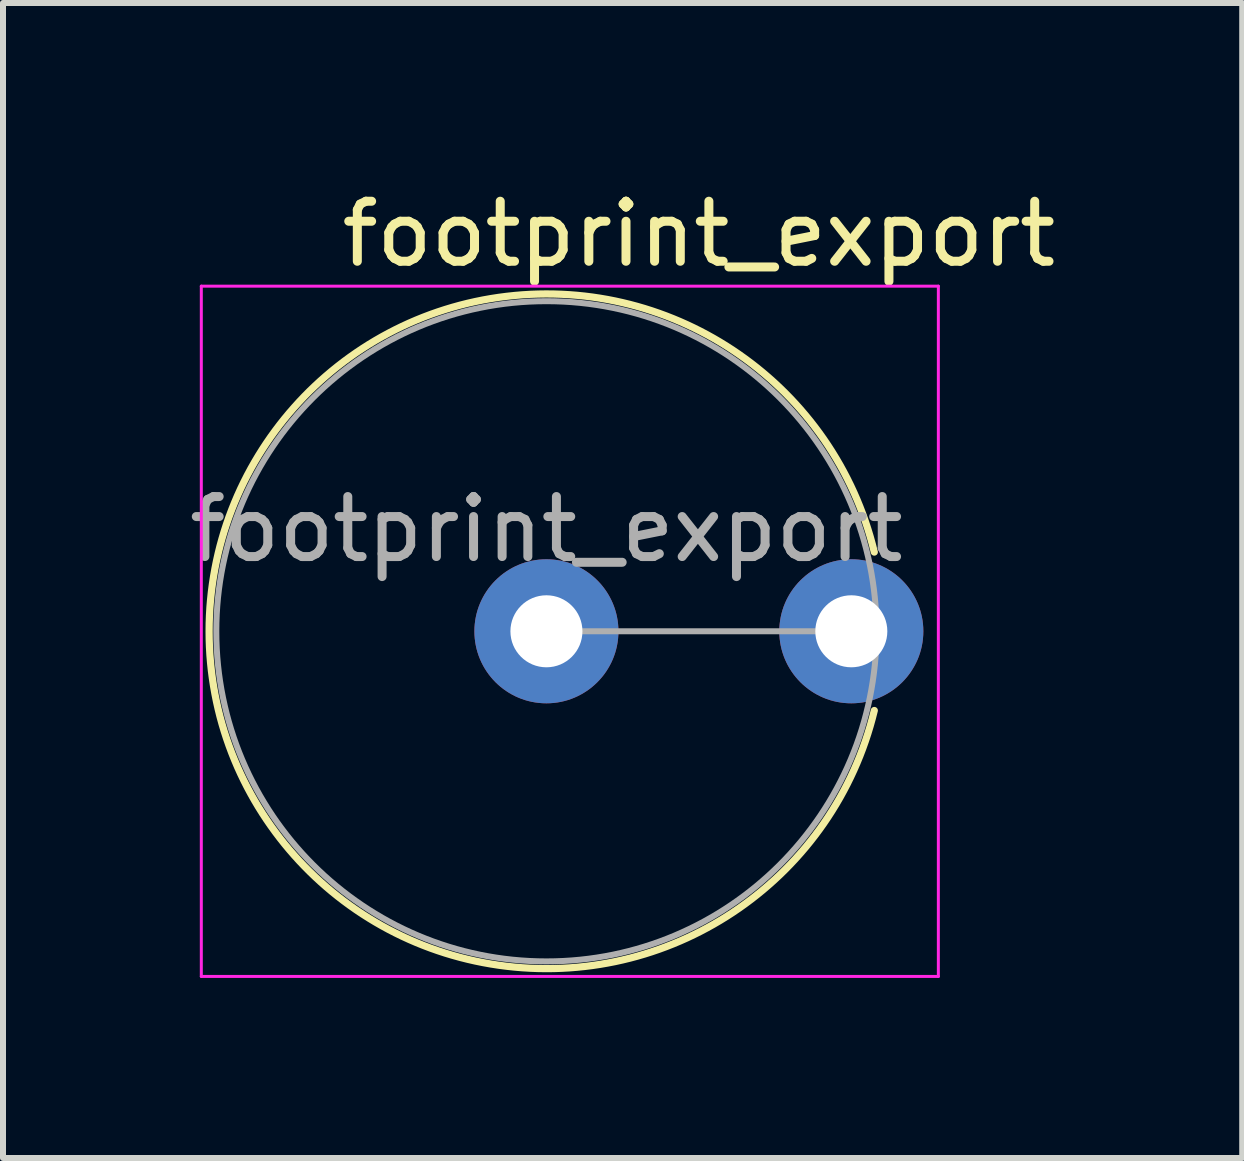
<source format=kicad_pcb>
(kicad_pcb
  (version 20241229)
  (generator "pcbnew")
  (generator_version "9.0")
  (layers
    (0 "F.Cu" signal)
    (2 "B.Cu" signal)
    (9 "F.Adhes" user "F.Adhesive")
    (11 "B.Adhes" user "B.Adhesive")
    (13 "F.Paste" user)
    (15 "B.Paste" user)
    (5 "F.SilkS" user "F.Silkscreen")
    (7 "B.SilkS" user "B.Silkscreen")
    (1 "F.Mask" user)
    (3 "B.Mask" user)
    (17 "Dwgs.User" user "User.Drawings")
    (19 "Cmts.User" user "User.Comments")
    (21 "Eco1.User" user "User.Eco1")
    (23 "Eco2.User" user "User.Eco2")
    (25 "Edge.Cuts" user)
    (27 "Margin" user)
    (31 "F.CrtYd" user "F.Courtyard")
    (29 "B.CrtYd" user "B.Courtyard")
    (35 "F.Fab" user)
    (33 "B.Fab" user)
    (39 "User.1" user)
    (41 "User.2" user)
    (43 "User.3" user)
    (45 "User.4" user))
  (footprint "footprint_export"
    (layer "F.Cu")
    (at 6.054 7.468)
    (property "Reference" "footprint_export" (at 2.54 -6.62 0) (layer "F.SilkS") (effects (font (size 1 1) (thickness 0.15))))
    (attr through_hole)
    (fp_arc (start 5.462783 1.32) (mid -5.62 0) (end 5.462783 -1.32) (stroke (width 0.12) (type solid)) (layer "F.SilkS"))
    (fp_line (start -5.75 -5.75) (end -5.75 5.75) (stroke (width 0.05) (type solid)) (layer "F.CrtYd"))
    (fp_line (start -5.75 5.75) (end 6.53 5.75) (stroke (width 0.05) (type solid)) (layer "F.CrtYd"))
    (fp_line (start 6.53 -5.75) (end -5.75 -5.75) (stroke (width 0.05) (type solid)) (layer "F.CrtYd"))
    (fp_line (start 6.53 5.75) (end 6.53 -5.75) (stroke (width 0.05) (type solid)) (layer "F.CrtYd"))
    (fp_line (start 0 0) (end 5.08 0) (stroke (width 0.1) (type solid)) (layer "F.Fab"))
    (fp_circle (center 0 0) (end 5.5 0) (stroke (width 0.1) (type solid)) (fill no) (layer "F.Fab"))
    (fp_text user "${REFERENCE}" (at 0 -1.7 0) (layer "F.Fab") (effects (font (size 1 1) (thickness 0.15))))
    (pad "1" thru_hole circle (at 0 0) (size 2.4 2.4) (drill 1.2) (layers "*.Cu" "*.Mask"))
    (pad "2" thru_hole oval (at 5.08 0) (size 2.4 2.4) (drill 1.2) (layers "*.Cu" "*.Mask")))
  (gr_rect
    (start -3 -3)
    (end 17.647 16.243)
    (stroke (width 0.1) (type default))
    (fill no)
    (layer "Edge.Cuts")))
</source>
